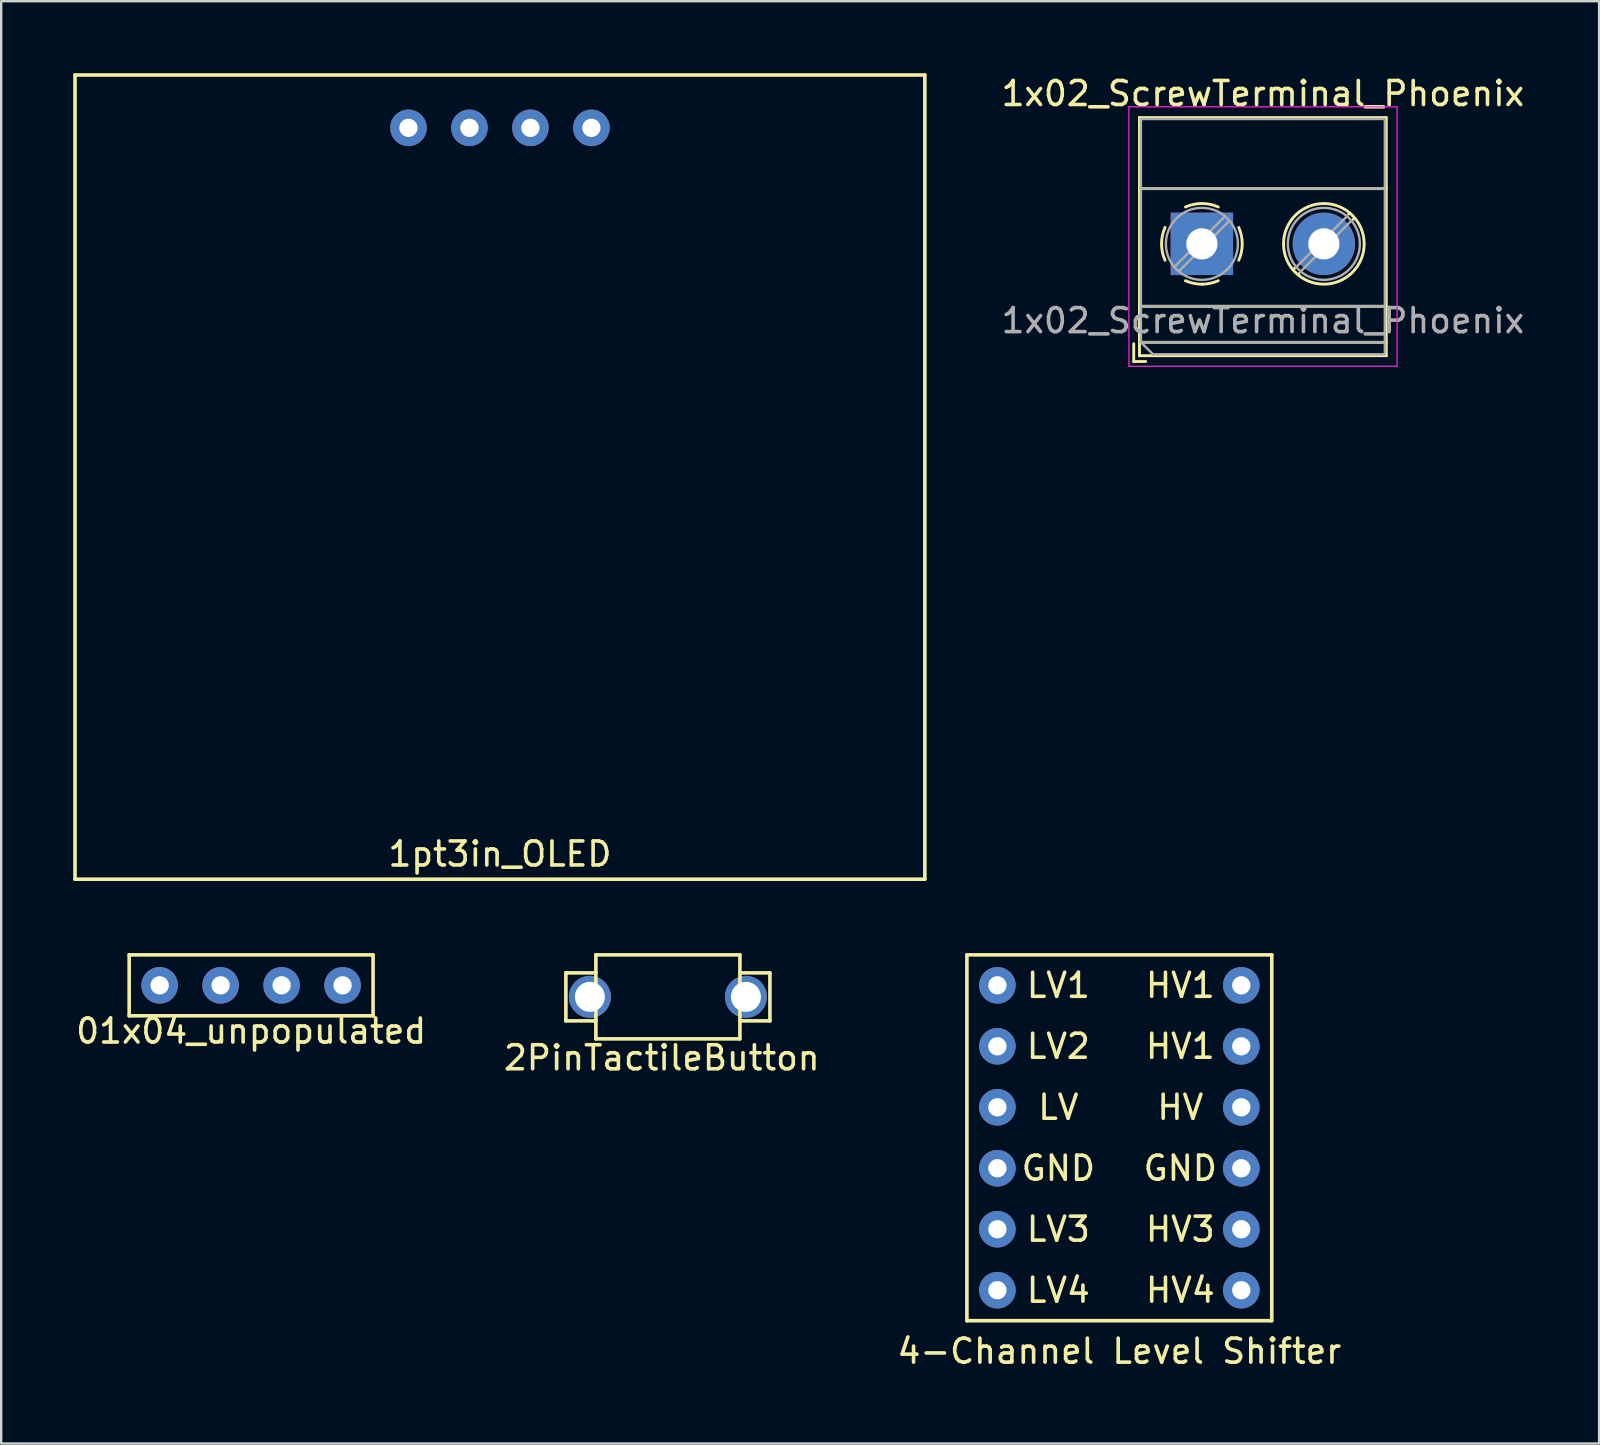
<source format=kicad_pcb>
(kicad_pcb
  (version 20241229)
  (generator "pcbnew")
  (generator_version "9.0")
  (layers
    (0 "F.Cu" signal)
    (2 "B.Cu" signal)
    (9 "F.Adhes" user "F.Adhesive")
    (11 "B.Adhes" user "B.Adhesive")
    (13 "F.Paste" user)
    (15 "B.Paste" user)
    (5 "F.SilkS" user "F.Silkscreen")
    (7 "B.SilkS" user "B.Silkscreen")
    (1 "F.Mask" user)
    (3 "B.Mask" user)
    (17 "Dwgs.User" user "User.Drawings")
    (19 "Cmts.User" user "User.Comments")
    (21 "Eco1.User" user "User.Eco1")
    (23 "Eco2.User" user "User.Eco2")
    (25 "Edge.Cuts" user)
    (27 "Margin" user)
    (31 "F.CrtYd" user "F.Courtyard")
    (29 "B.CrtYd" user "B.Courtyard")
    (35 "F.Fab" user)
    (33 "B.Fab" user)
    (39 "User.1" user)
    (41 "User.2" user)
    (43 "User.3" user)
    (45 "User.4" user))
  (footprint "4-Channel Level Shifter"
    (layer "F.Cu")
    (at 43.577 44.345)
    (property "Reference" "4-Channel Level Shifter" (at 0 8.89 0) (layer "F.SilkS") (effects (font (size 1 1) (thickness 0.15))))
    (attr through_hole)
    (fp_line (start -6.35 -7.62) (end -6.35 7.62) (stroke (width 0.15) (type solid)) (layer "F.SilkS"))
    (fp_line (start -6.35 7.62) (end 6.35 7.62) (stroke (width 0.15) (type solid)) (layer "F.SilkS"))
    (fp_line (start 6.35 -7.62) (end -6.35 -7.62) (stroke (width 0.15) (type solid)) (layer "F.SilkS"))
    (fp_line (start 6.35 7.62) (end 6.35 -7.62) (stroke (width 0.15) (type solid)) (layer "F.SilkS"))
    (fp_text user "HV" (at 2.54 -1.27 180) (layer "F.SilkS") (effects (font (size 1 1) (thickness 0.15))))
    (fp_text user "HV1" (at 2.54 -3.81 180) (layer "F.SilkS") (effects (font (size 1 1) (thickness 0.15))))
    (fp_text user "HV1" (at 2.54 -6.35 180) (layer "F.SilkS") (effects (font (size 1 1) (thickness 0.15))))
    (fp_text user "HV3" (at 2.54 3.81 180) (layer "F.SilkS") (effects (font (size 1 1) (thickness 0.15))))
    (fp_text user "LV" (at -2.54 -1.27 0) (layer "F.SilkS") (effects (font (size 1 1) (thickness 0.15))))
    (fp_text user "LV3" (at -2.54 3.81 0) (layer "F.SilkS") (effects (font (size 1 1) (thickness 0.15))))
    (fp_text user "LV2" (at -2.54 -3.81 0) (layer "F.SilkS") (effects (font (size 1 1) (thickness 0.15))))
    (fp_text user "LV1" (at -2.54 -6.35 0) (layer "F.SilkS") (effects (font (size 1 1) (thickness 0.15))))
    (fp_text user "LV4" (at -2.54 6.35 0) (layer "F.SilkS") (effects (font (size 1 1) (thickness 0.15))))
    (fp_text user "HV4" (at 2.54 6.35 180) (layer "F.SilkS") (effects (font (size 1 1) (thickness 0.15))))
    (fp_text user "GND" (at 2.54 1.27 180) (layer "F.SilkS") (effects (font (size 1 1) (thickness 0.15))))
    (fp_text user "GND" (at -2.54 1.27 0) (layer "F.SilkS") (effects (font (size 1 1) (thickness 0.15))))
    (pad "1" thru_hole circle (at -5.08 -6.35) (size 1.524 1.524) (drill 0.762) (layers "*.Cu" "*.Mask"))
    (pad "2" thru_hole circle (at -5.08 -3.81) (size 1.524 1.524) (drill 0.762) (layers "*.Cu" "*.Mask"))
    (pad "3" thru_hole circle (at -5.08 -1.27) (size 1.524 1.524) (drill 0.762) (layers "*.Cu" "*.Mask"))
    (pad "4" thru_hole circle (at -5.08 1.27) (size 1.524 1.524) (drill 0.762) (layers "*.Cu" "*.Mask"))
    (pad "5" thru_hole circle (at -5.08 3.81) (size 1.524 1.524) (drill 0.762) (layers "*.Cu" "*.Mask"))
    (pad "6" thru_hole circle (at -5.08 6.35) (size 1.524 1.524) (drill 0.762) (layers "*.Cu" "*.Mask"))
    (pad "7" thru_hole circle (at 5.08 6.35) (size 1.524 1.524) (drill 0.762) (layers "*.Cu" "*.Mask"))
    (pad "8" thru_hole circle (at 5.08 3.81) (size 1.524 1.524) (drill 0.762) (layers "*.Cu" "*.Mask"))
    (pad "9" thru_hole circle (at 5.08 1.27) (size 1.524 1.524) (drill 0.762) (layers "*.Cu" "*.Mask"))
    (pad "10" thru_hole circle (at 5.08 -1.27) (size 1.524 1.524) (drill 0.762) (layers "*.Cu" "*.Mask"))
    (pad "11" thru_hole circle (at 5.08 -3.81) (size 1.524 1.524) (drill 0.762) (layers "*.Cu" "*.Mask"))
    (pad "12" thru_hole circle (at 5.08 -6.35) (size 1.524 1.524) (drill 0.762) (layers "*.Cu" "*.Mask")))
  (footprint "1pt3in_OLED"
    (layer "F.Cu")
    (at 17.775 2.275)
    (property "Reference" "1pt3in_OLED" (at 0 30.25 0) (layer "F.SilkS") (effects (font (size 1 1) (thickness 0.15))))
    (attr through_hole)
    (fp_line (start -17.7 -2.2) (end -17.7 31.3) (stroke (width 0.15) (type solid)) (layer "F.SilkS"))
    (fp_line (start -17.7 -2.2) (end 17.7 -2.2) (stroke (width 0.15) (type solid)) (layer "F.SilkS"))
    (fp_line (start -17.7 31.3) (end 17.7 31.3) (stroke (width 0.15) (type solid)) (layer "F.SilkS"))
    (fp_line (start 17.7 -2.2) (end 17.7 31.3) (stroke (width 0.15) (type solid)) (layer "F.SilkS"))
    (pad "1" thru_hole circle (at -3.81 0) (size 1.524 1.524) (drill 0.762) (layers "*.Cu" "*.Mask"))
    (pad "2" thru_hole circle (at -1.27 0) (size 1.524 1.524) (drill 0.762) (layers "*.Cu" "*.Mask"))
    (pad "3" thru_hole circle (at 1.27 0) (size 1.524 1.524) (drill 0.762) (layers "*.Cu" "*.Mask"))
    (pad "4" thru_hole circle (at 3.81 0) (size 1.524 1.524) (drill 0.762) (layers "*.Cu" "*.Mask")))
  (footprint "2PinTactileButton"
    (layer "F.Cu")
    (at 24.772 38.475)
    (property "Reference" "2PinTactileButton" (at -0.254 2.54 0) (layer "F.SilkS") (effects (font (size 1 1) (thickness 0.15))))
    (attr through_hole)
    (fp_line (start -4.25 -1) (end -3 -1) (stroke (width 0.15) (type solid)) (layer "F.SilkS"))
    (fp_line (start -4.25 1) (end -4.25 -1) (stroke (width 0.15) (type solid)) (layer "F.SilkS"))
    (fp_line (start -3 -1.75) (end -3 1.75) (stroke (width 0.15) (type solid)) (layer "F.SilkS"))
    (fp_line (start -3 -1.75) (end 3 -1.75) (stroke (width 0.15) (type solid)) (layer "F.SilkS"))
    (fp_line (start -3 1) (end -4.25 1) (stroke (width 0.15) (type solid)) (layer "F.SilkS"))
    (fp_line (start 3 -1) (end 4.25 -1) (stroke (width 0.15) (type solid)) (layer "F.SilkS"))
    (fp_line (start 3 1.75) (end -3 1.75) (stroke (width 0.15) (type solid)) (layer "F.SilkS"))
    (fp_line (start 3 1.75) (end 3 -1.75) (stroke (width 0.15) (type solid)) (layer "F.SilkS"))
    (fp_line (start 4.25 -1) (end 4.25 1) (stroke (width 0.15) (type solid)) (layer "F.SilkS"))
    (fp_line (start 4.25 1) (end 3 1) (stroke (width 0.15) (type solid)) (layer "F.SilkS"))
    (pad "1" thru_hole circle (at 3.25 0) (size 1.75 1.75) (drill 1.25) (layers "*.Cu" "*.Mask"))
    (pad "2" thru_hole circle (at -3.25 0) (size 1.75 1.75) (drill 1.25) (layers "*.Cu" "*.Mask")))
  (footprint "01x04_unpopulated"
    (layer "F.Cu")
    (at 7.411 37.995)
    (property "Reference" "01x04_unpopulated" (at 0 1.905 0) (layer "F.SilkS") (effects (font (size 1 1) (thickness 0.15))))
    (attr through_hole)
    (fp_line (start -5.08 -1.27) (end -5.08 1.27) (stroke (width 0.15) (type solid)) (layer "F.SilkS"))
    (fp_line (start -5.08 1.27) (end 5.08 1.27) (stroke (width 0.15) (type solid)) (layer "F.SilkS"))
    (fp_line (start 5.08 -1.27) (end -5.08 -1.27) (stroke (width 0.15) (type solid)) (layer "F.SilkS"))
    (fp_line (start 5.08 1.27) (end 5.08 -1.27) (stroke (width 0.15) (type solid)) (layer "F.SilkS"))
    (pad "1" thru_hole circle (at -3.81 0) (size 1.524 1.524) (drill 0.762) (layers "*.Cu" "*.Mask"))
    (pad "2" thru_hole circle (at -1.27 0) (size 1.524 1.524) (drill 0.762) (layers "*.Cu" "*.Mask"))
    (pad "3" thru_hole circle (at 1.27 0) (size 1.524 1.524) (drill 0.762) (layers "*.Cu" "*.Mask"))
    (pad "4" thru_hole circle (at 3.81 0) (size 1.524 1.524) (drill 0.762) (layers "*.Cu" "*.Mask")))
  (footprint "1x02_ScrewTerminal_Phoenix"
    (layer "F.Cu")
    (at 47.016 7.108)
    (property "Reference" "1x02_ScrewTerminal_Phoenix" (at 2.54 -6.26 0) (layer "F.SilkS") (effects (font (size 1 1) (thickness 0.15))))
    (attr through_hole)
    (fp_line (start -2.84 4.16) (end -2.84 4.9) (stroke (width 0.12) (type solid)) (layer "F.SilkS"))
    (fp_line (start -2.84 4.9) (end -2.34 4.9) (stroke (width 0.12) (type solid)) (layer "F.SilkS"))
    (fp_line (start -2.6 -5.261) (end -2.6 4.66) (stroke (width 0.12) (type solid)) (layer "F.SilkS"))
    (fp_line (start -2.6 -5.261) (end 7.68 -5.261) (stroke (width 0.12) (type solid)) (layer "F.SilkS"))
    (fp_line (start -2.6 -2.301) (end 7.68 -2.301) (stroke (width 0.12) (type solid)) (layer "F.SilkS"))
    (fp_line (start -2.6 2.6) (end 7.68 2.6) (stroke (width 0.12) (type solid)) (layer "F.SilkS"))
    (fp_line (start -2.6 4.1) (end 7.68 4.1) (stroke (width 0.12) (type solid)) (layer "F.SilkS"))
    (fp_line (start -2.6 4.66) (end 7.68 4.66) (stroke (width 0.12) (type solid)) (layer "F.SilkS"))
    (fp_line (start 3.853 1.023) (end 3.806 1.069) (stroke (width 0.12) (type solid)) (layer "F.SilkS"))
    (fp_line (start 4.046 1.239) (end 4.011 1.274) (stroke (width 0.12) (type solid)) (layer "F.SilkS"))
    (fp_line (start 6.15 -1.275) (end 6.115 -1.239) (stroke (width 0.12) (type solid)) (layer "F.SilkS"))
    (fp_line (start 6.355 -1.069) (end 6.308 -1.023) (stroke (width 0.12) (type solid)) (layer "F.SilkS"))
    (fp_line (start 7.68 -5.261) (end 7.68 4.66) (stroke (width 0.12) (type solid)) (layer "F.SilkS"))
    (fp_arc (start -1.535427 0.683042) (mid -1.680501 -0.000524) (end -1.535 -0.684) (stroke (width 0.12) (type solid)) (layer "F.SilkS"))
    (fp_arc (start -0.683042 -1.535427) (mid 0.000524 -1.680501) (end 0.684 -1.535) (stroke (width 0.12) (type solid)) (layer "F.SilkS"))
    (fp_arc (start 0.028805 1.680253) (mid -0.335551 1.646659) (end -0.684 1.535) (stroke (width 0.12) (type solid)) (layer "F.SilkS"))
    (fp_arc (start 0.683318 1.534756) (mid 0.349292 1.643288) (end 0 1.68) (stroke (width 0.12) (type solid)) (layer "F.SilkS"))
    (fp_arc (start 1.535427 -0.683042) (mid 1.680501 0.000524) (end 1.535 0.684) (stroke (width 0.12) (type solid)) (layer "F.SilkS"))
    (fp_circle (center 5.08 0) (end 6.76 0) (stroke (width 0.12) (type solid)) (fill no) (layer "F.SilkS"))
    (fp_line (start -3.04 -5.71) (end -3.04 5.1) (stroke (width 0.05) (type solid)) (layer "F.CrtYd"))
    (fp_line (start -3.04 5.1) (end 8.13 5.1) (stroke (width 0.05) (type solid)) (layer "F.CrtYd"))
    (fp_line (start 8.13 -5.71) (end -3.04 -5.71) (stroke (width 0.05) (type solid)) (layer "F.CrtYd"))
    (fp_line (start 8.13 5.1) (end 8.13 -5.71) (stroke (width 0.05) (type solid)) (layer "F.CrtYd"))
    (fp_line (start -2.54 -5.2) (end 7.62 -5.2) (stroke (width 0.1) (type solid)) (layer "F.Fab"))
    (fp_line (start -2.54 -2.3) (end 7.62 -2.3) (stroke (width 0.1) (type solid)) (layer "F.Fab"))
    (fp_line (start -2.54 2.6) (end 7.62 2.6) (stroke (width 0.1) (type solid)) (layer "F.Fab"))
    (fp_line (start -2.54 4.1) (end -2.54 -5.2) (stroke (width 0.1) (type solid)) (layer "F.Fab"))
    (fp_line (start -2.54 4.1) (end 7.62 4.1) (stroke (width 0.1) (type solid)) (layer "F.Fab"))
    (fp_line (start -2.04 4.6) (end -2.54 4.1) (stroke (width 0.1) (type solid)) (layer "F.Fab"))
    (fp_line (start 0.955 -1.138) (end -1.138 0.955) (stroke (width 0.1) (type solid)) (layer "F.Fab"))
    (fp_line (start 1.138 -0.955) (end -0.955 1.138) (stroke (width 0.1) (type solid)) (layer "F.Fab"))
    (fp_line (start 6.035 -1.138) (end 3.943 0.955) (stroke (width 0.1) (type solid)) (layer "F.Fab"))
    (fp_line (start 6.218 -0.955) (end 4.126 1.138) (stroke (width 0.1) (type solid)) (layer "F.Fab"))
    (fp_line (start 7.62 -5.2) (end 7.62 4.6) (stroke (width 0.1) (type solid)) (layer "F.Fab"))
    (fp_line (start 7.62 4.6) (end -2.04 4.6) (stroke (width 0.1) (type solid)) (layer "F.Fab"))
    (fp_circle (center 0 0) (end 1.5 0) (stroke (width 0.1) (type solid)) (fill no) (layer "F.Fab"))
    (fp_circle (center 5.08 0) (end 6.58 0) (stroke (width 0.1) (type solid)) (fill no) (layer "F.Fab"))
    (fp_text user "${REFERENCE}" (at 2.54 3.2 0) (layer "F.Fab") (effects (font (size 1 1) (thickness 0.15))))
    (pad "1" thru_hole rect (at 0 0) (size 2.6 2.6) (drill 1.3) (layers "*.Cu" "*.Mask"))
    (pad "2" thru_hole circle (at 5.08 0) (size 2.6 2.6) (drill 1.3) (layers "*.Cu" "*.Mask")))
  (gr_rect
    (start -3 -3)
    (end 63.562 57.083)
    (stroke (width 0.1) (type default))
    (fill no)
    (layer "Edge.Cuts")))
</source>
